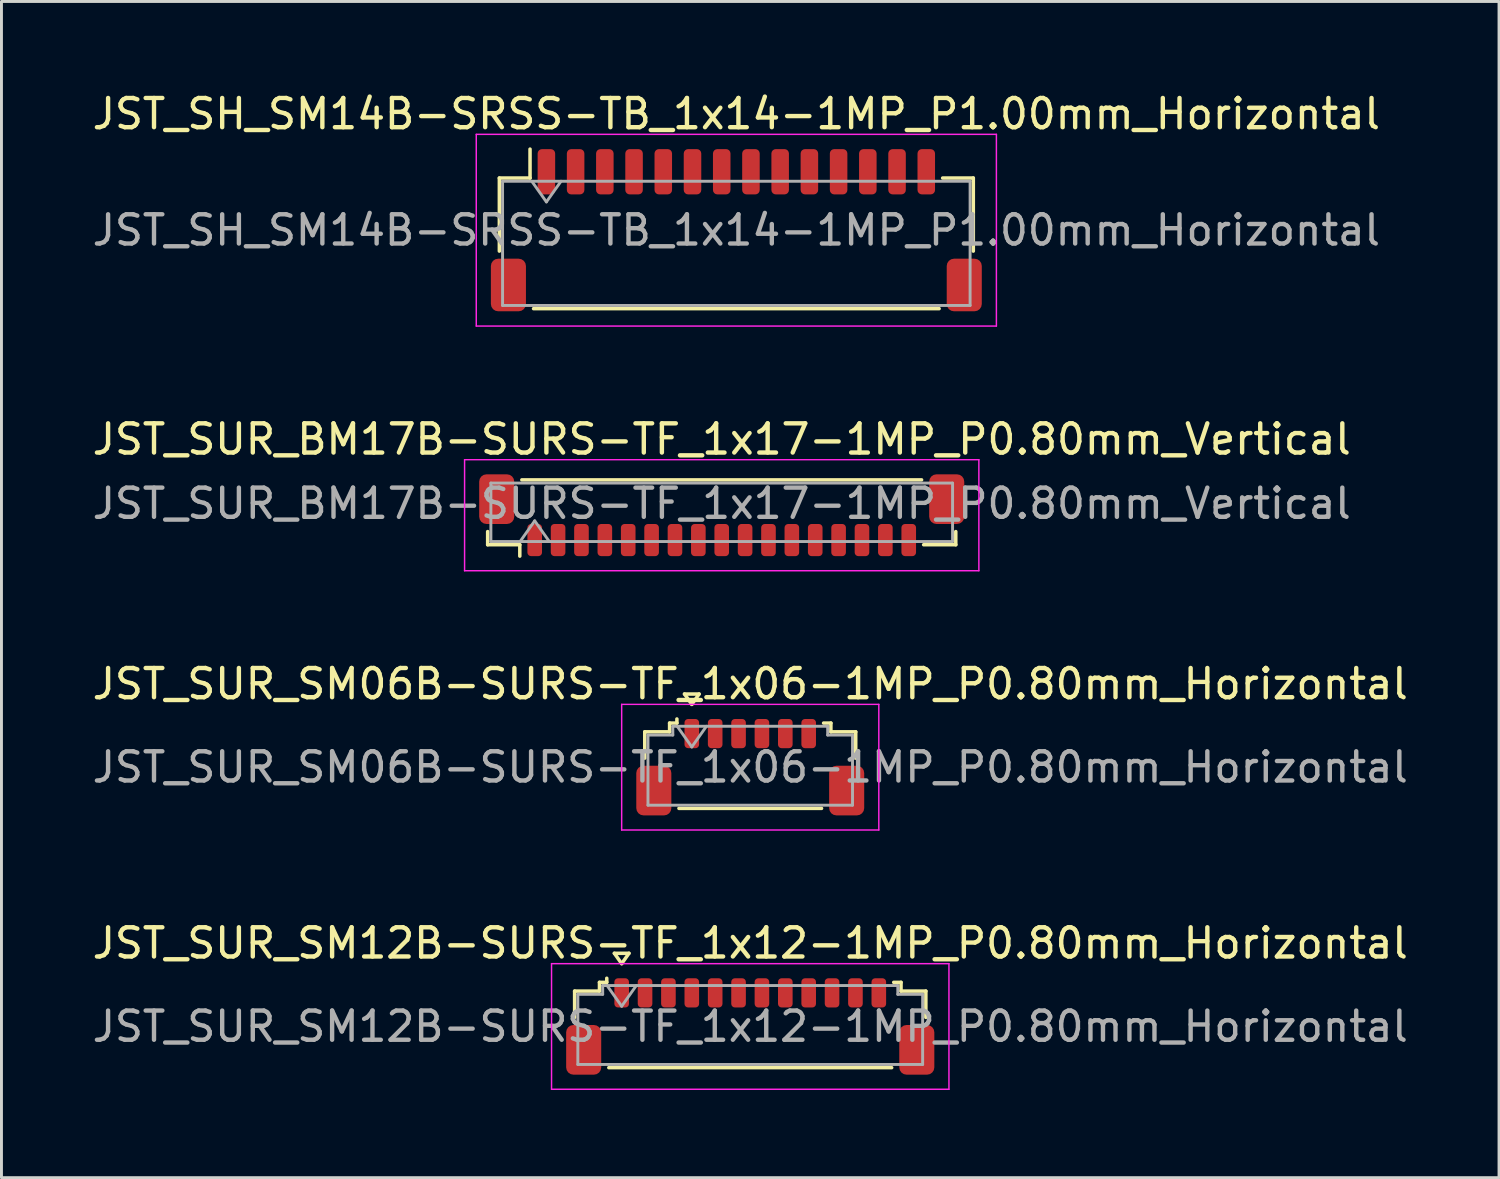
<source format=kicad_pcb>
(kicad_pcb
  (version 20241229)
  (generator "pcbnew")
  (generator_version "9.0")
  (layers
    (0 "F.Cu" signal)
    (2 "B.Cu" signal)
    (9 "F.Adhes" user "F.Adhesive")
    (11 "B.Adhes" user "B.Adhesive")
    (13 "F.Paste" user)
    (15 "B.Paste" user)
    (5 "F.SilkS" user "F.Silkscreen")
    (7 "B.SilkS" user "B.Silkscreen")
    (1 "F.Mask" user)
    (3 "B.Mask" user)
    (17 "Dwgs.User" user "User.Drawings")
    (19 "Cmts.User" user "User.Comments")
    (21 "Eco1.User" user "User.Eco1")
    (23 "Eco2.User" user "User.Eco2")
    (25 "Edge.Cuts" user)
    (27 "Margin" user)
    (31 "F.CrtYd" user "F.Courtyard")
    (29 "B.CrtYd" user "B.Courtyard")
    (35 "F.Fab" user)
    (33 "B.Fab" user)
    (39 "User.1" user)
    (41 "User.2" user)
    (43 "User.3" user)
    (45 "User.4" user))
  (footprint "JST_SH_SM14B-SRSS-TB_1x14-1MP_P1.00mm_Horizontal"
    (layer "F.Cu")
    (at 22.149 4.828)
    (property "Reference" "JST_SH_SM14B-SRSS-TB_1x14-1MP_P1.00mm_Horizontal" (at 0 -3.98 0) (layer "F.SilkS") (effects (font (size 1 1) (thickness 0.15))))
    (attr smd)
    (fp_line (start -8.11 -1.785) (end -7.06 -1.785) (stroke (width 0.12) (type solid)) (layer "F.SilkS"))
    (fp_line (start -8.11 0.715) (end -8.11 -1.785) (stroke (width 0.12) (type solid)) (layer "F.SilkS"))
    (fp_line (start -7.06 -1.785) (end -7.06 -2.775) (stroke (width 0.12) (type solid)) (layer "F.SilkS"))
    (fp_line (start -6.94 2.685) (end 6.94 2.685) (stroke (width 0.12) (type solid)) (layer "F.SilkS"))
    (fp_line (start 8.11 -1.785) (end 7.06 -1.785) (stroke (width 0.12) (type solid)) (layer "F.SilkS"))
    (fp_line (start 8.11 0.715) (end 8.11 -1.785) (stroke (width 0.12) (type solid)) (layer "F.SilkS"))
    (fp_line (start -8.9 -3.28) (end -8.9 3.28) (stroke (width 0.05) (type solid)) (layer "F.CrtYd"))
    (fp_line (start -8.9 3.28) (end 8.9 3.28) (stroke (width 0.05) (type solid)) (layer "F.CrtYd"))
    (fp_line (start 8.9 -3.28) (end -8.9 -3.28) (stroke (width 0.05) (type solid)) (layer "F.CrtYd"))
    (fp_line (start 8.9 3.28) (end 8.9 -3.28) (stroke (width 0.05) (type solid)) (layer "F.CrtYd"))
    (fp_line (start -8 -1.675) (end -8 2.575) (stroke (width 0.1) (type solid)) (layer "F.Fab"))
    (fp_line (start -8 -1.675) (end 8 -1.675) (stroke (width 0.1) (type solid)) (layer "F.Fab"))
    (fp_line (start -8 2.575) (end 8 2.575) (stroke (width 0.1) (type solid)) (layer "F.Fab"))
    (fp_line (start -7 -1.675) (end -6.5 -0.968) (stroke (width 0.1) (type solid)) (layer "F.Fab"))
    (fp_line (start -6.5 -0.968) (end -6 -1.675) (stroke (width 0.1) (type solid)) (layer "F.Fab"))
    (fp_line (start 8 -1.675) (end 8 2.575) (stroke (width 0.1) (type solid)) (layer "F.Fab"))
    (fp_text user "${REFERENCE}" (at 0 0 0) (layer "F.Fab") (effects (font (size 1 1) (thickness 0.15))))
    (pad "1" smd roundrect (at -6.5 -2) (size 0.6 1.55) (layers "F.Cu" "F.Mask" "F.Paste") (roundrect_rratio 0.25))
    (pad "2" smd roundrect (at -5.5 -2) (size 0.6 1.55) (layers "F.Cu" "F.Mask" "F.Paste") (roundrect_rratio 0.25))
    (pad "3" smd roundrect (at -4.5 -2) (size 0.6 1.55) (layers "F.Cu" "F.Mask" "F.Paste") (roundrect_rratio 0.25))
    (pad "4" smd roundrect (at -3.5 -2) (size 0.6 1.55) (layers "F.Cu" "F.Mask" "F.Paste") (roundrect_rratio 0.25))
    (pad "5" smd roundrect (at -2.5 -2) (size 0.6 1.55) (layers "F.Cu" "F.Mask" "F.Paste") (roundrect_rratio 0.25))
    (pad "6" smd roundrect (at -1.5 -2) (size 0.6 1.55) (layers "F.Cu" "F.Mask" "F.Paste") (roundrect_rratio 0.25))
    (pad "7" smd roundrect (at -0.5 -2) (size 0.6 1.55) (layers "F.Cu" "F.Mask" "F.Paste") (roundrect_rratio 0.25))
    (pad "8" smd roundrect (at 0.5 -2) (size 0.6 1.55) (layers "F.Cu" "F.Mask" "F.Paste") (roundrect_rratio 0.25))
    (pad "9" smd roundrect (at 1.5 -2) (size 0.6 1.55) (layers "F.Cu" "F.Mask" "F.Paste") (roundrect_rratio 0.25))
    (pad "10" smd roundrect (at 2.5 -2) (size 0.6 1.55) (layers "F.Cu" "F.Mask" "F.Paste") (roundrect_rratio 0.25))
    (pad "11" smd roundrect (at 3.5 -2) (size 0.6 1.55) (layers "F.Cu" "F.Mask" "F.Paste") (roundrect_rratio 0.25))
    (pad "12" smd roundrect (at 4.5 -2) (size 0.6 1.55) (layers "F.Cu" "F.Mask" "F.Paste") (roundrect_rratio 0.25))
    (pad "13" smd roundrect (at 5.5 -2) (size 0.6 1.55) (layers "F.Cu" "F.Mask" "F.Paste") (roundrect_rratio 0.25))
    (pad "14" smd roundrect (at 6.5 -2) (size 0.6 1.55) (layers "F.Cu" "F.Mask" "F.Paste") (roundrect_rratio 0.25))
    (pad "MP" smd roundrect (at -7.8 1.875) (size 1.2 1.8) (layers "F.Cu" "F.Mask" "F.Paste") (roundrect_rratio 0.208))
    (pad "MP" smd roundrect (at 7.8 1.875) (size 1.2 1.8) (layers "F.Cu" "F.Mask" "F.Paste") (roundrect_rratio 0.208)))
  (footprint "JST_SUR_SM12B-SURS-TF_1x12-1MP_P0.80mm_Horizontal"
    (layer "F.Cu")
    (at 22.625 32.078)
    (property "Reference" "JST_SUR_SM12B-SURS-TF_1x12-1MP_P0.80mm_Horizontal" (at 0 -2.85 0) (layer "F.SilkS") (effects (font (size 1 1) (thickness 0.15))))
    (attr smd)
    (fp_line (start -6.01 -1.21) (end -5.16 -1.21) (stroke (width 0.12) (type solid)) (layer "F.SilkS"))
    (fp_line (start -6.01 -0.31) (end -6.01 -1.21) (stroke (width 0.12) (type solid)) (layer "F.SilkS"))
    (fp_line (start -5.16 -1.51) (end -4.91 -1.51) (stroke (width 0.12) (type solid)) (layer "F.SilkS"))
    (fp_line (start -5.16 -1.21) (end -5.16 -1.51) (stroke (width 0.12) (type solid)) (layer "F.SilkS"))
    (fp_line (start -4.91 -1.51) (end -4.91 -1.65) (stroke (width 0.12) (type solid)) (layer "F.SilkS"))
    (fp_line (start -4.84 1.41) (end 4.84 1.41) (stroke (width 0.12) (type solid)) (layer "F.SilkS"))
    (fp_line (start -4.65 -2.504) (end -4.4 -2.15) (stroke (width 0.12) (type solid)) (layer "F.SilkS"))
    (fp_line (start -4.4 -2.15) (end -4.15 -2.504) (stroke (width 0.12) (type solid)) (layer "F.SilkS"))
    (fp_line (start -4.15 -2.504) (end -4.65 -2.504) (stroke (width 0.12) (type solid)) (layer "F.SilkS"))
    (fp_line (start 5.16 -1.51) (end 4.91 -1.51) (stroke (width 0.12) (type solid)) (layer "F.SilkS"))
    (fp_line (start 5.16 -1.21) (end 5.16 -1.51) (stroke (width 0.12) (type solid)) (layer "F.SilkS"))
    (fp_line (start 6.01 -1.21) (end 5.16 -1.21) (stroke (width 0.12) (type solid)) (layer "F.SilkS"))
    (fp_line (start 6.01 -0.31) (end 6.01 -1.21) (stroke (width 0.12) (type solid)) (layer "F.SilkS"))
    (fp_line (start -6.8 -2.15) (end -6.8 2.15) (stroke (width 0.05) (type solid)) (layer "F.CrtYd"))
    (fp_line (start -6.8 2.15) (end 6.8 2.15) (stroke (width 0.05) (type solid)) (layer "F.CrtYd"))
    (fp_line (start 6.8 -2.15) (end -6.8 -2.15) (stroke (width 0.05) (type solid)) (layer "F.CrtYd"))
    (fp_line (start 6.8 2.15) (end 6.8 -2.15) (stroke (width 0.05) (type solid)) (layer "F.CrtYd"))
    (fp_line (start -5.9 -1.1) (end -5.9 1.3) (stroke (width 0.1) (type solid)) (layer "F.Fab"))
    (fp_line (start -5.9 -1.1) (end -5.05 -1.1) (stroke (width 0.1) (type solid)) (layer "F.Fab"))
    (fp_line (start -5.9 1.3) (end 5.9 1.3) (stroke (width 0.1) (type solid)) (layer "F.Fab"))
    (fp_line (start -5.05 -1.4) (end 5.05 -1.4) (stroke (width 0.1) (type solid)) (layer "F.Fab"))
    (fp_line (start -5.05 -1.1) (end -5.05 -1.4) (stroke (width 0.1) (type solid)) (layer "F.Fab"))
    (fp_line (start -4.9 -1.4) (end -4.4 -0.693) (stroke (width 0.1) (type solid)) (layer "F.Fab"))
    (fp_line (start -4.4 -0.693) (end -3.9 -1.4) (stroke (width 0.1) (type solid)) (layer "F.Fab"))
    (fp_line (start 5.05 -1.4) (end 5.05 -1.1) (stroke (width 0.1) (type solid)) (layer "F.Fab"))
    (fp_line (start 5.05 -1.1) (end 5.9 -1.1) (stroke (width 0.1) (type solid)) (layer "F.Fab"))
    (fp_line (start 5.9 -1.1) (end 5.9 1.3) (stroke (width 0.1) (type solid)) (layer "F.Fab"))
    (fp_text user "${REFERENCE}" (at 0 0 0) (layer "F.Fab") (effects (font (size 1 1) (thickness 0.15))))
    (pad "1" smd roundrect (at -4.4 -1.15) (size 0.5 1) (layers "F.Cu" "F.Mask" "F.Paste") (roundrect_rratio 0.25))
    (pad "2" smd roundrect (at -3.6 -1.15) (size 0.5 1) (layers "F.Cu" "F.Mask" "F.Paste") (roundrect_rratio 0.25))
    (pad "3" smd roundrect (at -2.8 -1.15) (size 0.5 1) (layers "F.Cu" "F.Mask" "F.Paste") (roundrect_rratio 0.25))
    (pad "4" smd roundrect (at -2 -1.15) (size 0.5 1) (layers "F.Cu" "F.Mask" "F.Paste") (roundrect_rratio 0.25))
    (pad "5" smd roundrect (at -1.2 -1.15) (size 0.5 1) (layers "F.Cu" "F.Mask" "F.Paste") (roundrect_rratio 0.25))
    (pad "6" smd roundrect (at -0.4 -1.15) (size 0.5 1) (layers "F.Cu" "F.Mask" "F.Paste") (roundrect_rratio 0.25))
    (pad "7" smd roundrect (at 0.4 -1.15) (size 0.5 1) (layers "F.Cu" "F.Mask" "F.Paste") (roundrect_rratio 0.25))
    (pad "8" smd roundrect (at 1.2 -1.15) (size 0.5 1) (layers "F.Cu" "F.Mask" "F.Paste") (roundrect_rratio 0.25))
    (pad "9" smd roundrect (at 2 -1.15) (size 0.5 1) (layers "F.Cu" "F.Mask" "F.Paste") (roundrect_rratio 0.25))
    (pad "10" smd roundrect (at 2.8 -1.15) (size 0.5 1) (layers "F.Cu" "F.Mask" "F.Paste") (roundrect_rratio 0.25))
    (pad "11" smd roundrect (at 3.6 -1.15) (size 0.5 1) (layers "F.Cu" "F.Mask" "F.Paste") (roundrect_rratio 0.25))
    (pad "12" smd roundrect (at 4.4 -1.15) (size 0.5 1) (layers "F.Cu" "F.Mask" "F.Paste") (roundrect_rratio 0.25))
    (pad "MP" smd roundrect (at -5.7 0.8) (size 1.2 1.7) (layers "F.Cu" "F.Mask" "F.Paste") (roundrect_rratio 0.208))
    (pad "MP" smd roundrect (at 5.7 0.8) (size 1.2 1.7) (layers "F.Cu" "F.Mask" "F.Paste") (roundrect_rratio 0.208)))
  (footprint "JST_SUR_SM06B-SURS-TF_1x06-1MP_P0.80mm_Horizontal"
    (layer "F.Cu")
    (at 22.625 23.205)
    (property "Reference" "JST_SUR_SM06B-SURS-TF_1x06-1MP_P0.80mm_Horizontal" (at 0 -2.85 0) (layer "F.SilkS") (effects (font (size 1 1) (thickness 0.15))))
    (attr smd)
    (fp_line (start -3.61 -1.21) (end -2.76 -1.21) (stroke (width 0.12) (type solid)) (layer "F.SilkS"))
    (fp_line (start -3.61 -0.31) (end -3.61 -1.21) (stroke (width 0.12) (type solid)) (layer "F.SilkS"))
    (fp_line (start -2.76 -1.51) (end -2.51 -1.51) (stroke (width 0.12) (type solid)) (layer "F.SilkS"))
    (fp_line (start -2.76 -1.21) (end -2.76 -1.51) (stroke (width 0.12) (type solid)) (layer "F.SilkS"))
    (fp_line (start -2.51 -1.51) (end -2.51 -1.65) (stroke (width 0.12) (type solid)) (layer "F.SilkS"))
    (fp_line (start -2.44 1.41) (end 2.44 1.41) (stroke (width 0.12) (type solid)) (layer "F.SilkS"))
    (fp_line (start -2.25 -2.504) (end -2 -2.15) (stroke (width 0.12) (type solid)) (layer "F.SilkS"))
    (fp_line (start -2 -2.15) (end -1.75 -2.504) (stroke (width 0.12) (type solid)) (layer "F.SilkS"))
    (fp_line (start -1.75 -2.504) (end -2.25 -2.504) (stroke (width 0.12) (type solid)) (layer "F.SilkS"))
    (fp_line (start 2.76 -1.51) (end 2.51 -1.51) (stroke (width 0.12) (type solid)) (layer "F.SilkS"))
    (fp_line (start 2.76 -1.21) (end 2.76 -1.51) (stroke (width 0.12) (type solid)) (layer "F.SilkS"))
    (fp_line (start 3.61 -1.21) (end 2.76 -1.21) (stroke (width 0.12) (type solid)) (layer "F.SilkS"))
    (fp_line (start 3.61 -0.31) (end 3.61 -1.21) (stroke (width 0.12) (type solid)) (layer "F.SilkS"))
    (fp_line (start -4.4 -2.15) (end -4.4 2.15) (stroke (width 0.05) (type solid)) (layer "F.CrtYd"))
    (fp_line (start -4.4 2.15) (end 4.4 2.15) (stroke (width 0.05) (type solid)) (layer "F.CrtYd"))
    (fp_line (start 4.4 -2.15) (end -4.4 -2.15) (stroke (width 0.05) (type solid)) (layer "F.CrtYd"))
    (fp_line (start 4.4 2.15) (end 4.4 -2.15) (stroke (width 0.05) (type solid)) (layer "F.CrtYd"))
    (fp_line (start -3.5 -1.1) (end -3.5 1.3) (stroke (width 0.1) (type solid)) (layer "F.Fab"))
    (fp_line (start -3.5 -1.1) (end -2.65 -1.1) (stroke (width 0.1) (type solid)) (layer "F.Fab"))
    (fp_line (start -3.5 1.3) (end 3.5 1.3) (stroke (width 0.1) (type solid)) (layer "F.Fab"))
    (fp_line (start -2.65 -1.4) (end 2.65 -1.4) (stroke (width 0.1) (type solid)) (layer "F.Fab"))
    (fp_line (start -2.65 -1.1) (end -2.65 -1.4) (stroke (width 0.1) (type solid)) (layer "F.Fab"))
    (fp_line (start -2.5 -1.4) (end -2 -0.693) (stroke (width 0.1) (type solid)) (layer "F.Fab"))
    (fp_line (start -2 -0.693) (end -1.5 -1.4) (stroke (width 0.1) (type solid)) (layer "F.Fab"))
    (fp_line (start 2.65 -1.4) (end 2.65 -1.1) (stroke (width 0.1) (type solid)) (layer "F.Fab"))
    (fp_line (start 2.65 -1.1) (end 3.5 -1.1) (stroke (width 0.1) (type solid)) (layer "F.Fab"))
    (fp_line (start 3.5 -1.1) (end 3.5 1.3) (stroke (width 0.1) (type solid)) (layer "F.Fab"))
    (fp_text user "${REFERENCE}" (at 0 0 0) (layer "F.Fab") (effects (font (size 1 1) (thickness 0.15))))
    (pad "1" smd roundrect (at -2 -1.15) (size 0.5 1) (layers "F.Cu" "F.Mask" "F.Paste") (roundrect_rratio 0.25))
    (pad "2" smd roundrect (at -1.2 -1.15) (size 0.5 1) (layers "F.Cu" "F.Mask" "F.Paste") (roundrect_rratio 0.25))
    (pad "3" smd roundrect (at -0.4 -1.15) (size 0.5 1) (layers "F.Cu" "F.Mask" "F.Paste") (roundrect_rratio 0.25))
    (pad "4" smd roundrect (at 0.4 -1.15) (size 0.5 1) (layers "F.Cu" "F.Mask" "F.Paste") (roundrect_rratio 0.25))
    (pad "5" smd roundrect (at 1.2 -1.15) (size 0.5 1) (layers "F.Cu" "F.Mask" "F.Paste") (roundrect_rratio 0.25))
    (pad "6" smd roundrect (at 2 -1.15) (size 0.5 1) (layers "F.Cu" "F.Mask" "F.Paste") (roundrect_rratio 0.25))
    (pad "MP" smd roundrect (at -3.3 0.8) (size 1.2 1.7) (layers "F.Cu" "F.Mask" "F.Paste") (roundrect_rratio 0.208))
    (pad "MP" smd roundrect (at 3.3 0.8) (size 1.2 1.7) (layers "F.Cu" "F.Mask" "F.Paste") (roundrect_rratio 0.208)))
  (footprint "JST_SUR_BM17B-SURS-TF_1x17-1MP_P0.80mm_Vertical"
    (layer "F.Cu")
    (at 21.649 14.582)
    (property "Reference" "JST_SUR_BM17B-SURS-TF_1x17-1MP_P0.80mm_Vertical" (at 0 -2.6 0) (layer "F.SilkS") (effects (font (size 1 1) (thickness 0.15))))
    (attr smd)
    (fp_line (start -8.01 0.56) (end -8.01 1.01) (stroke (width 0.12) (type solid)) (layer "F.SilkS"))
    (fp_line (start -8.01 1.01) (end -6.91 1.01) (stroke (width 0.12) (type solid)) (layer "F.SilkS"))
    (fp_line (start -6.91 1.01) (end -6.91 1.4) (stroke (width 0.12) (type solid)) (layer "F.SilkS"))
    (fp_line (start -6.84 -1.21) (end 6.84 -1.21) (stroke (width 0.12) (type solid)) (layer "F.SilkS"))
    (fp_line (start 8.01 0.56) (end 8.01 1.01) (stroke (width 0.12) (type solid)) (layer "F.SilkS"))
    (fp_line (start 8.01 1.01) (end 6.91 1.01) (stroke (width 0.12) (type solid)) (layer "F.SilkS"))
    (fp_line (start -8.8 -1.9) (end -8.8 1.9) (stroke (width 0.05) (type solid)) (layer "F.CrtYd"))
    (fp_line (start -8.8 1.9) (end 8.8 1.9) (stroke (width 0.05) (type solid)) (layer "F.CrtYd"))
    (fp_line (start 8.8 -1.9) (end -8.8 -1.9) (stroke (width 0.05) (type solid)) (layer "F.CrtYd"))
    (fp_line (start 8.8 1.9) (end 8.8 -1.9) (stroke (width 0.05) (type solid)) (layer "F.CrtYd"))
    (fp_line (start -7.9 -1.1) (end 7.9 -1.1) (stroke (width 0.1) (type solid)) (layer "F.Fab"))
    (fp_line (start -7.9 0.9) (end -7.9 -1.1) (stroke (width 0.1) (type solid)) (layer "F.Fab"))
    (fp_line (start -7.9 0.9) (end 7.9 0.9) (stroke (width 0.1) (type solid)) (layer "F.Fab"))
    (fp_line (start -6.9 0.9) (end -6.4 0.193) (stroke (width 0.1) (type solid)) (layer "F.Fab"))
    (fp_line (start -6.4 0.193) (end -5.9 0.9) (stroke (width 0.1) (type solid)) (layer "F.Fab"))
    (fp_line (start 7.9 0.9) (end 7.9 -1.1) (stroke (width 0.1) (type solid)) (layer "F.Fab"))
    (fp_text user "${REFERENCE}" (at 0 -0.4 0) (layer "F.Fab") (effects (font (size 1 1) (thickness 0.15))))
    (pad "1" smd roundrect (at -6.4 0.85) (size 0.5 1.1) (layers "F.Cu" "F.Mask" "F.Paste") (roundrect_rratio 0.25))
    (pad "2" smd roundrect (at -5.6 0.85) (size 0.5 1.1) (layers "F.Cu" "F.Mask" "F.Paste") (roundrect_rratio 0.25))
    (pad "3" smd roundrect (at -4.8 0.85) (size 0.5 1.1) (layers "F.Cu" "F.Mask" "F.Paste") (roundrect_rratio 0.25))
    (pad "4" smd roundrect (at -4 0.85) (size 0.5 1.1) (layers "F.Cu" "F.Mask" "F.Paste") (roundrect_rratio 0.25))
    (pad "5" smd roundrect (at -3.2 0.85) (size 0.5 1.1) (layers "F.Cu" "F.Mask" "F.Paste") (roundrect_rratio 0.25))
    (pad "6" smd roundrect (at -2.4 0.85) (size 0.5 1.1) (layers "F.Cu" "F.Mask" "F.Paste") (roundrect_rratio 0.25))
    (pad "7" smd roundrect (at -1.6 0.85) (size 0.5 1.1) (layers "F.Cu" "F.Mask" "F.Paste") (roundrect_rratio 0.25))
    (pad "8" smd roundrect (at -0.8 0.85) (size 0.5 1.1) (layers "F.Cu" "F.Mask" "F.Paste") (roundrect_rratio 0.25))
    (pad "9" smd roundrect (at 0 0.85) (size 0.5 1.1) (layers "F.Cu" "F.Mask" "F.Paste") (roundrect_rratio 0.25))
    (pad "10" smd roundrect (at 0.8 0.85) (size 0.5 1.1) (layers "F.Cu" "F.Mask" "F.Paste") (roundrect_rratio 0.25))
    (pad "11" smd roundrect (at 1.6 0.85) (size 0.5 1.1) (layers "F.Cu" "F.Mask" "F.Paste") (roundrect_rratio 0.25))
    (pad "12" smd roundrect (at 2.4 0.85) (size 0.5 1.1) (layers "F.Cu" "F.Mask" "F.Paste") (roundrect_rratio 0.25))
    (pad "13" smd roundrect (at 3.2 0.85) (size 0.5 1.1) (layers "F.Cu" "F.Mask" "F.Paste") (roundrect_rratio 0.25))
    (pad "14" smd roundrect (at 4 0.85) (size 0.5 1.1) (layers "F.Cu" "F.Mask" "F.Paste") (roundrect_rratio 0.25))
    (pad "15" smd roundrect (at 4.8 0.85) (size 0.5 1.1) (layers "F.Cu" "F.Mask" "F.Paste") (roundrect_rratio 0.25))
    (pad "16" smd roundrect (at 5.6 0.85) (size 0.5 1.1) (layers "F.Cu" "F.Mask" "F.Paste") (roundrect_rratio 0.25))
    (pad "17" smd roundrect (at 6.4 0.85) (size 0.5 1.1) (layers "F.Cu" "F.Mask" "F.Paste") (roundrect_rratio 0.25))
    (pad "MP" smd roundrect (at -7.7 -0.55) (size 1.2 1.7) (layers "F.Cu" "F.Mask" "F.Paste") (roundrect_rratio 0.208))
    (pad "MP" smd roundrect (at 7.7 -0.55) (size 1.2 1.7) (layers "F.Cu" "F.Mask" "F.Paste") (roundrect_rratio 0.208)))
  (gr_rect
    (start -3 -3)
    (end 48.25 37.253)
    (stroke (width 0.1) (type default))
    (fill no)
    (layer "Edge.Cuts")))
</source>
